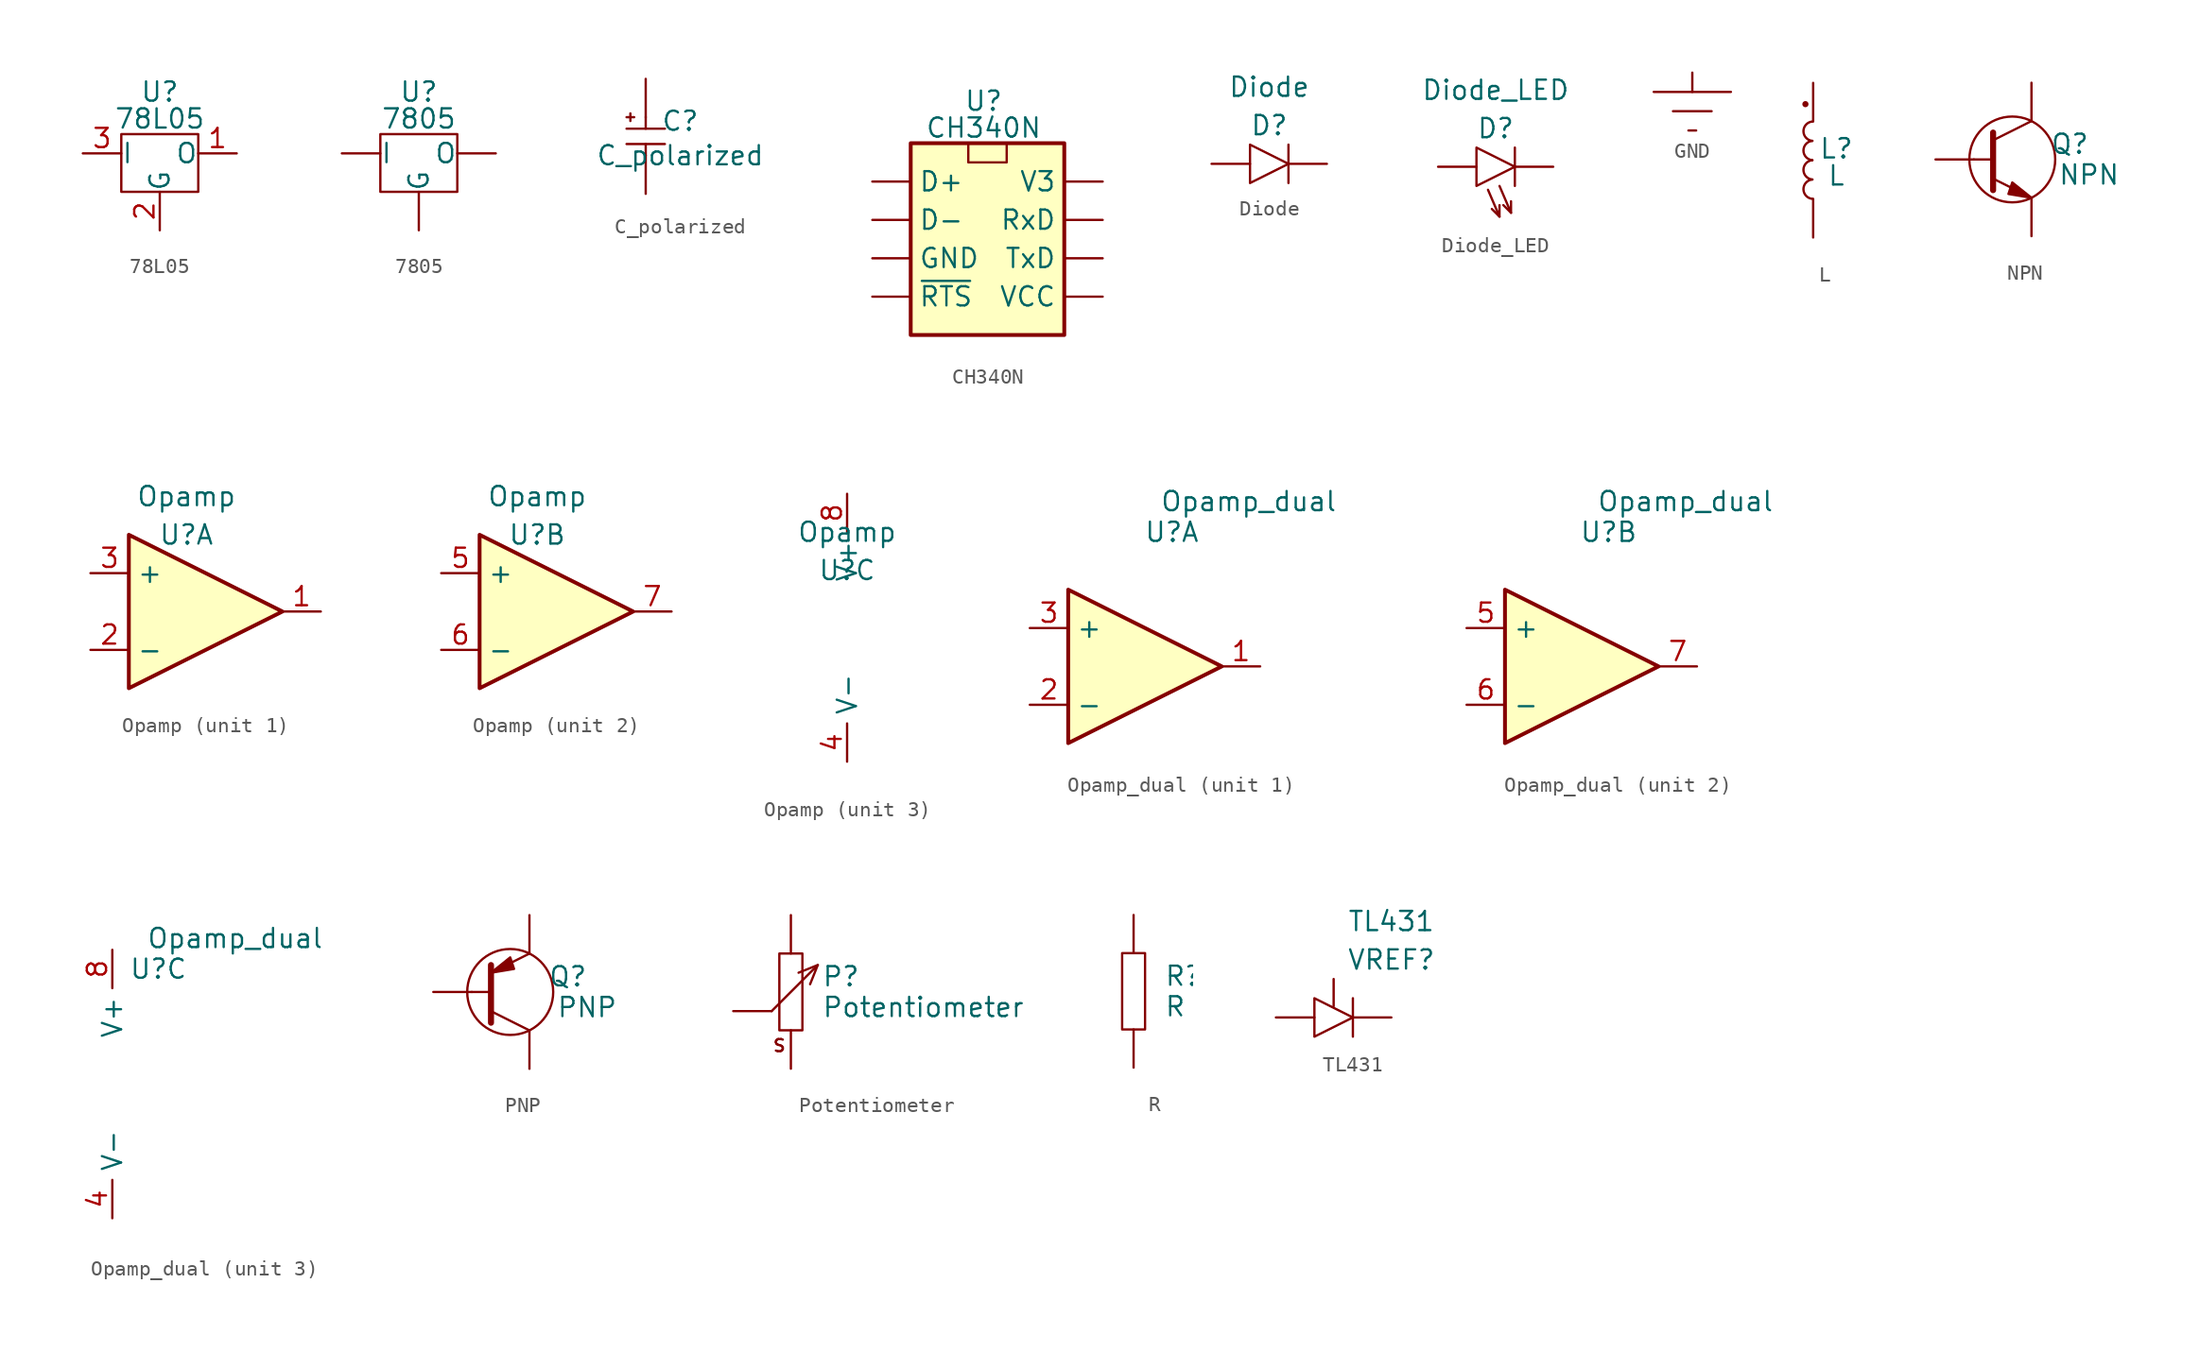
<source format=kicad_sym>
(kicad_symbol_lib
  (version 20211014)
  (generator kicad_symbol_editor)
  (symbol "78L05"
    (pin_names
      (offset 0.002))
    (property "Reference" "U"
      (at 0 4.064 0)
      (effects (font (size 1.27 1.27))))
    (property "Value" "78L05"
      (at 0 2.286 0)
      (effects (font (size 1.27 1.27))))
    (symbol "78L05_0_1"
      (rectangle (start -2.54 1.27) (end 2.54 -2.54) (stroke (width 0) (type default) (color 0 0 0 0)) (fill (type none))))
    (symbol "78L05_1_1"
      (pin power_out line (at 5.08 0 180) (length 2.54) (name "O" (effects (font (size 1.27 1.27)))) (number "1" (effects (font (size 1.27 1.27)))))
      (pin passive line (at 0 -5.08 90) (length 2.54) (name "G" (effects (font (size 1.27 1.27)))) (number "2" (effects (font (size 1.27 1.27)))))
      (pin power_in line (at -5.08 0 0) (length 2.54) (name "I" (effects (font (size 1.27 1.27)))) (number "3" (effects (font (size 1.27 1.27)))))))
  (symbol "7805"
    (pin_numbers hide)
    (pin_names
      (offset 0.002))
    (property "Reference" "U"
      (at 0 4.064 0)
      (effects (font (size 1.27 1.27))))
    (property "Value" "7805"
      (at 0 2.286 0)
      (effects (font (size 1.27 1.27))))
    (symbol "7805_0_1"
      (rectangle (start -2.54 1.27) (end 2.54 -2.54) (stroke (width 0) (type default) (color 0 0 0 0)) (fill (type none))))
    (symbol "7805_1_1"
      (pin power_in line (at -5.08 0 0) (length 2.54) (name "I" (effects (font (size 1.27 1.27)))) (number "1" (effects (font (size 1.27 1.27)))))
      (pin passive line (at 0 -5.08 90) (length 2.54) (name "G" (effects (font (size 1.27 1.27)))) (number "2" (effects (font (size 1.27 1.27)))))
      (pin power_out line (at 5.08 0 180) (length 2.54) (name "O" (effects (font (size 1.27 1.27)))) (number "3" (effects (font (size 1.27 1.27)))))))
  (symbol "C_polarized"
    (pin_numbers hide)
    (pin_names hide)
    (property "Reference" "C"
      (at 2.286 1.016 0)
      (effects (font (size 1.27 1.27))))
    (property "Value" "C_polarized"
      (at 2.286 -1.27 0)
      (effects (font (size 1.27 1.27))))
    (symbol "C_polarized_0_1"
      (polyline (pts (xy -1.016 1.524) (xy -1.016 1.016)) (stroke (width 0) (type default) (color 0 0 0 0)) (fill (type none)))
      (polyline (pts (xy -0.762 1.27) (xy -1.27 1.27)) (stroke (width 0) (type default) (color 0 0 0 0)) (fill (type none)))
      (polyline (pts (xy 0 -0.508) (xy 0 -1.27)) (stroke (width 0) (type default) (color 0 0 0 0)) (fill (type none)))
      (polyline (pts (xy 0 1.27) (xy 0 0.508)) (stroke (width 0) (type default) (color 0 0 0 0)) (fill (type none)))
      (polyline (pts (xy 1.27 -0.508) (xy -1.27 -0.508)) (stroke (width 0) (type default) (color 0 0 0 0)) (fill (type none)))
      (polyline (pts (xy 1.27 0.508) (xy -1.27 0.508)) (stroke (width 0) (type default) (color 0 0 0 0)) (fill (type none))))
    (symbol "C_polarized_1_1"
      (pin passive line (at 0 -3.81 90) (length 2.54) (name "N" (effects (font (size 1.27 1.27)))) (number "N" (effects (font (size 1.27 1.27)))))
      (pin passive line (at 0 3.81 270) (length 2.54) (name "P" (effects (font (size 1.27 1.27)))) (number "P" (effects (font (size 1.27 1.27)))))))
  (symbol "CH340N"
    (pin_numbers hide)
    (property "Reference" "U"
      (at 7.366 5.334 0)
      (effects (font (size 1.27 1.27))))
    (property "Value" "CH340N"
      (at 7.366 3.556 0)
      (effects (font (size 1.27 1.27))))
    (symbol "CH340N_0_1"
      (rectangle (start 2.54 2.54) (end 12.7 -10.16) (stroke (width 0.254) (type default) (color 0 0 0 0)) (fill (type background)))
      (rectangle (start 6.35 2.54) (end 8.89 1.27) (stroke (width 0) (type default) (color 0 0 0 0)) (fill (type none))))
    (symbol "CH340N_1_1"
      (pin bidirectional line (at 0 0 0) (length 2.54) (name "D+" (effects (font (size 1.27 1.27)))) (number "D+" (effects (font (size 1.27 1.27)))))
      (pin bidirectional line (at 0 -2.54 0) (length 2.54) (name "D-" (effects (font (size 1.27 1.27)))) (number "D-" (effects (font (size 1.27 1.27)))))
      (pin power_in line (at 0 -5.08 0) (length 2.54) (name "GND" (effects (font (size 1.27 1.27)))) (number "GND" (effects (font (size 1.27 1.27)))))
      (pin input line (at 15.24 -2.54 180) (length 2.54) (name "RxD" (effects (font (size 1.27 1.27)))) (number "RxD" (effects (font (size 1.27 1.27)))))
      (pin output line (at 15.24 -5.08 180) (length 2.54) (name "TxD" (effects (font (size 1.27 1.27)))) (number "TxD" (effects (font (size 1.27 1.27)))))
      (pin passive line (at 15.24 0 180) (length 2.54) (name "V3" (effects (font (size 1.27 1.27)))) (number "V3" (effects (font (size 1.27 1.27)))))
      (pin power_in line (at 15.24 -7.62 180) (length 2.54) (name "VCC" (effects (font (size 1.27 1.27)))) (number "VCC" (effects (font (size 1.27 1.27)))))
      (pin output line (at 0 -7.62 0) (length 2.54) (name "~{RTS}" (effects (font (size 1.27 1.27)))) (number "~{RTS}" (effects (font (size 1.27 1.27)))))))
  (symbol "Diode"
    (pin_numbers hide)
    (pin_names hide)
    (property "Reference" "D"
      (at 0 2.54 0)
      (effects (font (size 1.27 1.27))))
    (property "Value" "Diode"
      (at 0 5.08 0)
      (effects (font (size 1.27 1.27))))
    (symbol "Diode_0_1"
      (polyline (pts (xy 1.27 1.27) (xy 1.27 -1.27)) (stroke (width 0) (type default) (color 0 0 0 0)) (fill (type none)))
      (polyline (pts (xy 1.27 0) (xy -1.27 1.27) (xy -1.27 -1.27) (xy 1.27 0)) (stroke (width 0) (type default) (color 0 0 0 0)) (fill (type none))))
    (symbol "Diode_1_1"
      (pin passive line (at -3.81 0 0) (length 2.54) (name "A" (effects (font (size 1.27 1.27)))) (number "A" (effects (font (size 1.27 1.27)))))
      (pin passive line (at 3.81 0 180) (length 2.54) (name "K" (effects (font (size 1.27 1.27)))) (number "K" (effects (font (size 1.27 1.27)))))))
  (symbol "Diode_LED"
    (pin_numbers hide)
    (pin_names hide)
    (property "Reference" "D"
      (at 0 2.54 0)
      (effects (font (size 1.27 1.27))))
    (property "Value" "Diode_LED"
      (at 0 5.08 0)
      (effects (font (size 1.27 1.27))))
    (symbol "Diode_LED_0_1"
      (polyline (pts (xy 0.254 -3.302) (xy -0.254 -2.794)) (stroke (width 0) (type default) (color 0 0 0 0)) (fill (type none)))
      (polyline (pts (xy 1.016 -3.048) (xy 0.508 -2.54)) (stroke (width 0) (type default) (color 0 0 0 0)) (fill (type none)))
      (polyline (pts (xy 1.27 1.27) (xy 1.27 -1.27)) (stroke (width 0) (type default) (color 0 0 0 0)) (fill (type none)))
      (polyline (pts (xy -0.508 -1.524) (xy 0.254 -3.302) (xy 0.254 -2.54)) (stroke (width 0) (type default) (color 0 0 0 0)) (fill (type none)))
      (polyline (pts (xy 0.254 -1.27) (xy 1.016 -3.048) (xy 1.016 -2.286)) (stroke (width 0) (type default) (color 0 0 0 0)) (fill (type none)))
      (polyline (pts (xy 1.27 0) (xy -1.27 1.27) (xy -1.27 -1.27) (xy 1.27 0)) (stroke (width 0) (type default) (color 0 0 0 0)) (fill (type none))))
    (symbol "Diode_LED_1_1"
      (pin passive line (at -3.81 0 0) (length 2.54) (name "A" (effects (font (size 1.27 1.27)))) (number "A" (effects (font (size 1.27 1.27)))))
      (pin passive line (at 3.81 0 180) (length 2.54) (name "K" (effects (font (size 1.27 1.27)))) (number "K" (effects (font (size 1.27 1.27)))))))
  (symbol "GND"
    (power)
    (pin_numbers hide)
    (pin_names hide)
    (property "Reference" "GND"
      (at 3.302 -3.81 0)
      (effects (font (size 1.27 1.27)) hide))
    (symbol "GND_0_1"
      (polyline (pts (xy -2.54 -1.27) (xy 2.54 -1.27)) (stroke (width 0) (type default) (color 0 0 0 0)) (fill (type none)))
      (polyline (pts (xy -1.27 -2.54) (xy 1.27 -2.54)) (stroke (width 0) (type default) (color 0 0 0 0)) (fill (type none)))
      (polyline (pts (xy -0.254 -3.81) (xy 0.254 -3.81)) (stroke (width 0) (type default) (color 0 0 0 0)) (fill (type none))))
    (symbol "GND_1_1"
      (pin power_in line (at 0 0 270) (length 1.27) (name "GND" (effects (font (size 1.27 1.27)))) (number "GND" (effects (font (size 1.27 1.27)))))))
  (symbol "L"
    (pin_numbers hide)
    (pin_names hide)
    (property "Reference" "L"
      (at 1.524 0.762 0)
      (effects (font (size 1.27 1.27))))
    (property "Value" "L"
      (at 1.524 -1.016 0)
      (effects (font (size 1.27 1.27))))
    (symbol "L_0_0"
      (circle (center -0.508 3.683) (radius 0.127) (stroke (width 0) (type default) (color 0 0 0 0)) (fill (type outline))))
    (symbol "L_0_1"
      (arc (start -0.0517 -1.27) (mid -0.6371 -1.905) (end -0.0517 -2.54) (stroke (width 0) (type default) (color 0 0 0 0)) (fill (type none)))
      (arc (start -0.0517 0) (mid -0.6371 -0.635) (end -0.0517 -1.27) (stroke (width 0) (type default) (color 0 0 0 0)) (fill (type none)))
      (arc (start -0.0517 1.27) (mid -0.6371 0.635) (end -0.0517 0) (stroke (width 0) (type default) (color 0 0 0 0)) (fill (type none)))
      (arc (start -0.0517 2.54) (mid -0.6371 1.905) (end -0.0517 1.27) (stroke (width 0) (type default) (color 0 0 0 0)) (fill (type none))))
    (symbol "L_1_1"
      (pin passive line (at 0 -5.08 90) (length 2.54) (name "E" (effects (font (size 1.27 1.27)))) (number "E" (effects (font (size 1.27 1.27)))))
      (pin passive line (at 0 5.08 270) (length 2.54) (name "S" (effects (font (size 1.27 1.27)))) (number "S" (effects (font (size 1.27 1.27)))))))
  (symbol "NPN"
    (pin_numbers hide)
    (pin_names hide)
    (property "Reference" "Q"
      (at 2.54 1.016 0)
      (effects (font (size 1.27 1.27))))
    (property "Value" "NPN"
      (at 3.81 -1.016 0)
      (effects (font (size 1.27 1.27))))
    (symbol "NPN_0_1"
      (circle (center -1.27 0) (radius 2.84) (stroke (width 0) (type default) (color 0 0 0 0)) (fill (type none)))
      (polyline (pts (xy -3.81 0) (xy -2.54 0)) (stroke (width 0) (type default) (color 0 0 0 0)) (fill (type none)))
      (polyline (pts (xy -2.54 1.778) (xy -2.54 -2.032)) (stroke (width 0.4) (type default) (color 0 0 0 0)) (fill (type none)))
      (polyline (pts (xy 0 -2.54) (xy -2.54 -1.27)) (stroke (width 0) (type default) (color 0 0 0 0)) (fill (type none)))
      (polyline (pts (xy 0 2.54) (xy -2.54 1.27)) (stroke (width 0) (type default) (color 0 0 0 0)) (fill (type none)))
      (polyline (pts (xy 0 -2.54) (xy -1.524 -2.286) (xy -1.27 -1.524) (xy 0 -2.54)) (stroke (width 0) (type default) (color 0 0 0 0)) (fill (type outline))))
    (symbol "NPN_1_1"
      (pin input line (at -6.35 0 0) (length 2.54) (name "B" (effects (font (size 1.27 1.27)))) (number "B" (effects (font (size 1.27 1.27)))))
      (pin passive line (at 0 5.08 270) (length 2.54) (name "C" (effects (font (size 1.27 1.27)))) (number "C" (effects (font (size 1.27 1.27)))))
      (pin passive line (at 0 -5.08 90) (length 2.54) (name "E" (effects (font (size 1.27 1.27)))) (number "E" (effects (font (size 1.27 1.27)))))))
  (symbol "Opamp"
    (property "Reference" "U"
      (at 0 5.08 0)
      (effects (font (size 1.27 1.27))))
    (property "Value" "Opamp"
      (at 0 7.62 0)
      (effects (font (size 1.27 1.27))))
    (property "ki_locked" ""
      (at 0 0 0)
      (effects (font (size 1.27 1.27))))
    (symbol "Opamp_1_1"
      (polyline (pts (xy -3.81 5.08) (xy 6.35 0) (xy -3.81 -5.08) (xy -3.81 5.08)) (stroke (width 0.254) (type default) (color 0 0 0 0)) (fill (type background)))
      (pin output line (at 8.89 0 180) (length 2.54) (name "~" (effects (font (size 1.27 1.27)))) (number "1" (effects (font (size 1.27 1.27)))))
      (pin input line (at -6.35 -2.54 0) (length 2.54) (name "-" (effects (font (size 1.27 1.27)))) (number "2" (effects (font (size 1.27 1.27)))))
      (pin input line (at -6.35 2.54 0) (length 2.54) (name "+" (effects (font (size 1.27 1.27)))) (number "3" (effects (font (size 1.27 1.27))))))
    (symbol "Opamp_2_1"
      (polyline (pts (xy -3.81 5.08) (xy 6.35 0) (xy -3.81 -5.08) (xy -3.81 5.08)) (stroke (width 0.254) (type default) (color 0 0 0 0)) (fill (type background)))
      (pin input line (at -6.35 2.54 0) (length 2.54) (name "+" (effects (font (size 1.27 1.27)))) (number "5" (effects (font (size 1.27 1.27)))))
      (pin input line (at -6.35 -2.54 0) (length 2.54) (name "-" (effects (font (size 1.27 1.27)))) (number "6" (effects (font (size 1.27 1.27)))))
      (pin output line (at 8.89 0 180) (length 2.54) (name "~" (effects (font (size 1.27 1.27)))) (number "7" (effects (font (size 1.27 1.27))))))
    (symbol "Opamp_3_1"
      (pin power_out line (at 0 -7.62 90) (length 2.54) (name "V-" (effects (font (size 1.27 1.27)))) (number "4" (effects (font (size 1.27 1.27)))))
      (pin power_in line (at 0 10.16 270) (length 2.54) (name "V+" (effects (font (size 1.27 1.27)))) (number "8" (effects (font (size 1.27 1.27)))))))
  (symbol "Opamp_dual"
    (property "Reference" "U"
      (at 3.048 8.89 0)
      (effects (font (size 1.27 1.27))))
    (property "Value" "Opamp_dual"
      (at 8.128 10.922 0)
      (effects (font (size 1.27 1.27))))
    (property "ki_locked" ""
      (at 0 0 0)
      (effects (font (size 1.27 1.27))))
    (symbol "Opamp_dual_1_1"
      (polyline (pts (xy -3.81 5.08) (xy 6.35 0) (xy -3.81 -5.08) (xy -3.81 5.08)) (stroke (width 0.254) (type default) (color 0 0 0 0)) (fill (type background)))
      (pin output line (at 8.89 0 180) (length 2.54) (name "~" (effects (font (size 1.27 1.27)))) (number "1" (effects (font (size 1.27 1.27)))))
      (pin input line (at -6.35 -2.54 0) (length 2.54) (name "-" (effects (font (size 1.27 1.27)))) (number "2" (effects (font (size 1.27 1.27)))))
      (pin input line (at -6.35 2.54 0) (length 2.54) (name "+" (effects (font (size 1.27 1.27)))) (number "3" (effects (font (size 1.27 1.27))))))
    (symbol "Opamp_dual_2_1"
      (polyline (pts (xy -3.81 5.08) (xy 6.35 0) (xy -3.81 -5.08) (xy -3.81 5.08)) (stroke (width 0.254) (type default) (color 0 0 0 0)) (fill (type background)))
      (pin input line (at -6.35 2.54 0) (length 2.54) (name "+" (effects (font (size 1.27 1.27)))) (number "5" (effects (font (size 1.27 1.27)))))
      (pin input line (at -6.35 -2.54 0) (length 2.54) (name "-" (effects (font (size 1.27 1.27)))) (number "6" (effects (font (size 1.27 1.27)))))
      (pin output line (at 8.89 0 180) (length 2.54) (name "~" (effects (font (size 1.27 1.27)))) (number "7" (effects (font (size 1.27 1.27))))))
    (symbol "Opamp_dual_3_1"
      (pin power_in line (at 0 -7.62 90) (length 2.54) (name "V-" (effects (font (size 1.27 1.27)))) (number "4" (effects (font (size 1.27 1.27)))))
      (pin power_in line (at 0 10.16 270) (length 2.54) (name "V+" (effects (font (size 1.27 1.27)))) (number "8" (effects (font (size 1.27 1.27)))))))
  (symbol "PNP"
    (pin_numbers hide)
    (pin_names hide)
    (property "Reference" "Q"
      (at 2.54 1.016 0)
      (effects (font (size 1.27 1.27))))
    (property "Value" "PNP"
      (at 3.81 -1.016 0)
      (effects (font (size 1.27 1.27))))
    (symbol "PNP_0_1"
      (circle (center -1.27 0) (radius 2.84) (stroke (width 0) (type default) (color 0 0 0 0)) (fill (type none)))
      (polyline (pts (xy -3.81 0) (xy -2.54 0)) (stroke (width 0) (type default) (color 0 0 0 0)) (fill (type none)))
      (polyline (pts (xy -2.54 1.778) (xy -2.54 -2.032)) (stroke (width 0.4) (type default) (color 0 0 0 0)) (fill (type none)))
      (polyline (pts (xy 0 -2.54) (xy -2.54 -1.27)) (stroke (width 0) (type default) (color 0 0 0 0)) (fill (type none)))
      (polyline (pts (xy 0 2.54) (xy -2.54 1.27)) (stroke (width 0) (type default) (color 0 0 0 0)) (fill (type none)))
      (polyline (pts (xy -2.54 1.27) (xy -1.27 2.286) (xy -1.016 1.524) (xy -2.54 1.27)) (stroke (width 0) (type default) (color 0 0 0 0)) (fill (type outline))))
    (symbol "PNP_1_1"
      (pin input line (at -6.35 0 0) (length 2.54) (name "B" (effects (font (size 1.27 1.27)))) (number "B" (effects (font (size 1.27 1.27)))))
      (pin passive line (at 0 -5.08 90) (length 2.54) (name "C" (effects (font (size 1.27 1.27)))) (number "C" (effects (font (size 1.27 1.27)))))
      (pin passive line (at 0 5.08 270) (length 2.54) (name "E" (effects (font (size 1.27 1.27)))) (number "E" (effects (font (size 1.27 1.27)))))))
  (symbol "Potentiometer"
    (pin_numbers hide)
    (pin_names hide)
    (property "Reference" "P"
      (at 2.032 1.016 0)
      (effects (font (size 1.27 1.27)) (justify left)))
    (property "Value" "Potentiometer"
      (at 2.032 -1.016 0)
      (effects (font (size 1.27 1.27)) (justify left)))
    (symbol "Potentiometer_0_0"
      (text "S" (at -0.762 -3.556 0) (effects (font (size 0.8 0.8)))))
    (symbol "Potentiometer_0_1"
      (polyline (pts (xy 1.778 1.778) (xy 0.508 1.27)) (stroke (width 0) (type default) (color 0 0 0 0)) (fill (type none)))
      (polyline (pts (xy -1.27 -1.27) (xy 1.778 1.778) (xy 1.27 0.508)) (stroke (width 0) (type default) (color 0 0 0 0)) (fill (type none)))
      (polyline (pts (xy -0.762 2.54) (xy 0.762 2.54) (xy 0.762 -2.54) (xy -0.762 -2.54) (xy -0.762 2.54)) (stroke (width 0) (type default) (color 0 0 0 0)) (fill (type none))))
    (symbol "Potentiometer_1_1"
      (pin passive line (at 0 5.08 270) (length 2.54) (name "E" (effects (font (size 1.27 1.27)))) (number "E" (effects (font (size 1.27 1.27)))))
      (pin passive line (at 0 -5.08 90) (length 2.54) (name "S" (effects (font (size 1.27 1.27)))) (number "S" (effects (font (size 1.27 1.27)))))
      (pin passive line (at -3.81 -1.27 0) (length 2.54) (name "W" (effects (font (size 1.27 1.27)))) (number "W" (effects (font (size 1.27 1.27)))))))
  (symbol "R"
    (pin_numbers hide)
    (pin_names hide)
    (property "Reference" "R"
      (at 2.032 1.016 0)
      (effects (font (size 1.27 1.27)) (justify left)))
    (property "Value" "R"
      (at 2.032 -1.016 0)
      (effects (font (size 1.27 1.27)) (justify left)))
    (symbol "R_0_1"
      (polyline (pts (xy -0.762 2.54) (xy 0.762 2.54) (xy 0.762 -2.54) (xy -0.762 -2.54) (xy -0.762 2.54)) (stroke (width 0) (type default) (color 0 0 0 0)) (fill (type none))))
    (symbol "R_1_1"
      (pin passive line (at 0 5.08 270) (length 2.54) (name "1" (effects (font (size 1.27 1.27)))) (number "1" (effects (font (size 1.27 1.27)))))
      (pin passive line (at 0 -5.08 90) (length 2.54) (name "2" (effects (font (size 1.27 1.27)))) (number "2" (effects (font (size 1.27 1.27)))))))
  (symbol "TL431"
    (pin_numbers hide)
    (pin_names hide)
    (property "Reference" "VREF"
      (at 3.81 3.81 0)
      (effects (font (size 1.27 1.27))))
    (property "Value" "TL431"
      (at 3.81 6.35 0)
      (effects (font (size 1.27 1.27))))
    (symbol "TL431_0_1"
      (polyline (pts (xy 1.27 1.27) (xy 1.27 -1.27)) (stroke (width 0) (type default) (color 0 0 0 0)) (fill (type none)))
      (polyline (pts (xy 1.27 0) (xy -1.27 1.27) (xy -1.27 -1.27) (xy 1.27 0)) (stroke (width 0) (type default) (color 0 0 0 0)) (fill (type none))))
    (symbol "TL431_1_1"
      (pin passive line (at -3.81 0 0) (length 2.54) (name "A" (effects (font (size 1.27 1.27)))) (number "A" (effects (font (size 1.27 1.27)))))
      (pin passive line (at 3.81 0 180) (length 2.54) (name "K" (effects (font (size 1.27 1.27)))) (number "K" (effects (font (size 1.27 1.27)))))
      (pin passive line (at 0 2.54 270) (length 1.8) (name "R" (effects (font (size 1.27 1.27)))) (number "R" (effects (font (size 1.27 1.27))))))))
</source>
